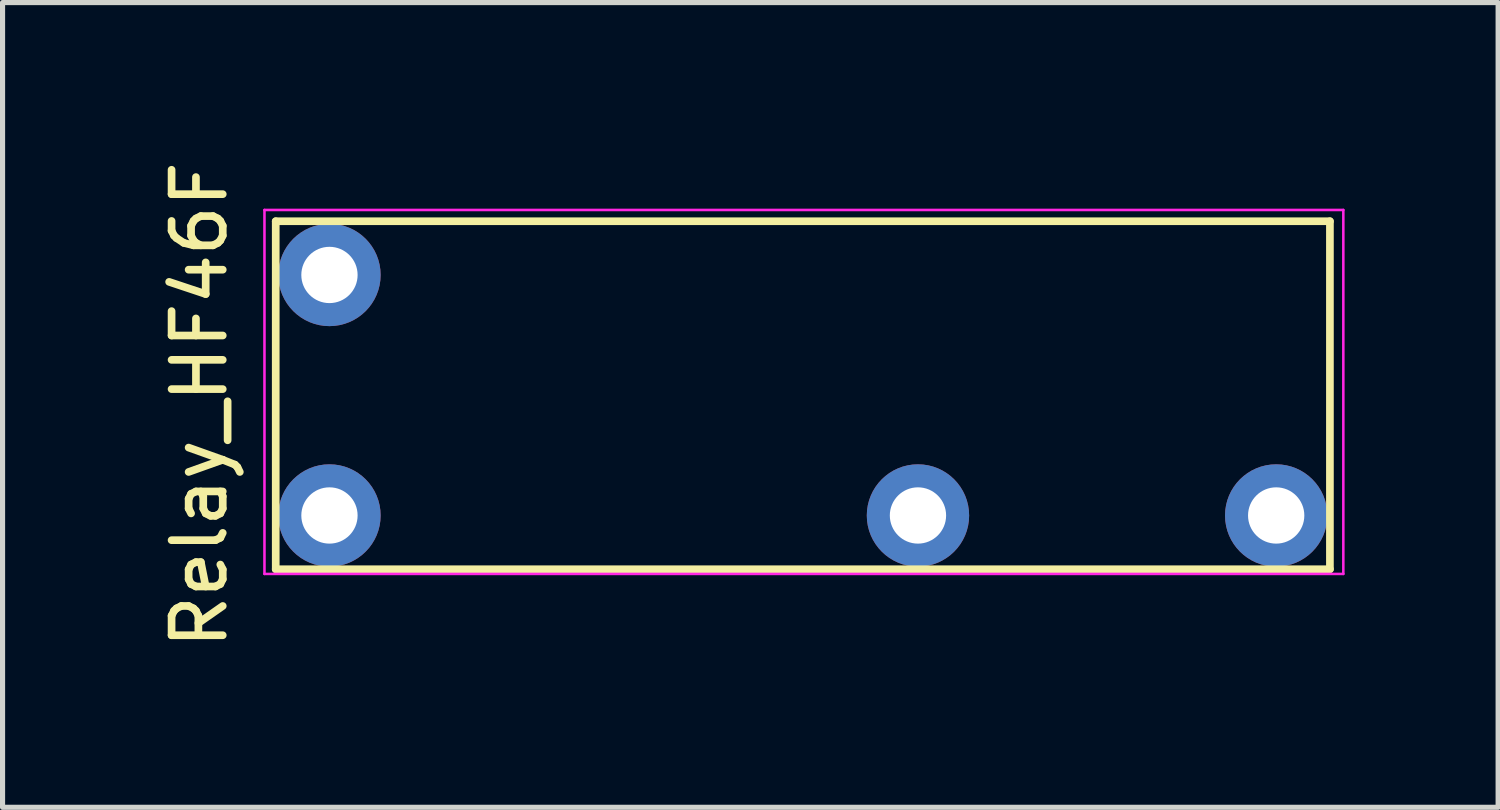
<source format=kicad_pcb>
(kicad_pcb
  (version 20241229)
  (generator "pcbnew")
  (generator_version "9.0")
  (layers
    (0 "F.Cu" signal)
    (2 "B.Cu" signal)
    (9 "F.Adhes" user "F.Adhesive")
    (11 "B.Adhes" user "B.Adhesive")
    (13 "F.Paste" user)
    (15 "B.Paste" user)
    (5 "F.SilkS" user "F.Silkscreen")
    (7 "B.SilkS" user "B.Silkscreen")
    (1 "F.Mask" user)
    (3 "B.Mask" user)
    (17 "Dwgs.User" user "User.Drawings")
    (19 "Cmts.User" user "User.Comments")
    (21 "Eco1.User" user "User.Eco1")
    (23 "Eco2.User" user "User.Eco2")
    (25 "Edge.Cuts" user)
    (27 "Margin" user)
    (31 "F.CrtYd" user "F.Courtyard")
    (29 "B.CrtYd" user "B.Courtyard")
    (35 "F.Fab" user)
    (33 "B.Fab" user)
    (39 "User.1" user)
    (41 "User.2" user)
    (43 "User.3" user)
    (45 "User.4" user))
  (footprint "Relay_HF46F"
    (layer "F.Cu")
    (at 3.388 2.323)
    (property "Reference" "Relay_HF46F" (at -2.54 2.54 90) (layer "F.SilkS") (effects (font (size 1 1) (thickness 0.15))))
    (attr through_hole)
    (fp_line (start -1.05 -1.05) (end -1.05 5.75) (stroke (width 0.15) (type solid)) (layer "F.SilkS"))
    (fp_line (start -1.05 -1.05) (end 19.55 -1.05) (stroke (width 0.15) (type solid)) (layer "F.SilkS"))
    (fp_line (start -1.05 5.75) (end 19.55 5.75) (stroke (width 0.15) (type solid)) (layer "F.SilkS"))
    (fp_line (start 19.55 -1.05) (end 19.55 5.75) (stroke (width 0.15) (type solid)) (layer "F.SilkS"))
    (fp_line (start -1.27 -1.27) (end 19.812 -1.27) (stroke (width 0.05) (type solid)) (layer "F.CrtYd"))
    (fp_line (start -1.27 5.842) (end -1.27 -1.27) (stroke (width 0.05) (type solid)) (layer "F.CrtYd"))
    (fp_line (start 19.812 -1.27) (end 19.812 5.842) (stroke (width 0.05) (type solid)) (layer "F.CrtYd"))
    (fp_line (start 19.812 5.842) (end -1.27 5.842) (stroke (width 0.05) (type solid)) (layer "F.CrtYd"))
    (pad "1" thru_hole circle (at 0 4.7) (size 2 2) (drill 1.1) (layers "*.Cu" "*.Mask"))
    (pad "2" thru_hole circle (at 0 0) (size 2 2) (drill 1.1) (layers "*.Cu" "*.Mask"))
    (pad "3" thru_hole circle (at 11.5 4.7) (size 2 2) (drill 1.1) (layers "*.Cu" "*.Mask"))
    (pad "4" thru_hole circle (at 18.5 4.7) (size 2 2) (drill 1.1) (layers "*.Cu" "*.Mask")))
  (gr_rect
    (start -3 -3)
    (end 26.225 12.726)
    (stroke (width 0.1) (type default))
    (fill no)
    (layer "Edge.Cuts")))
</source>
